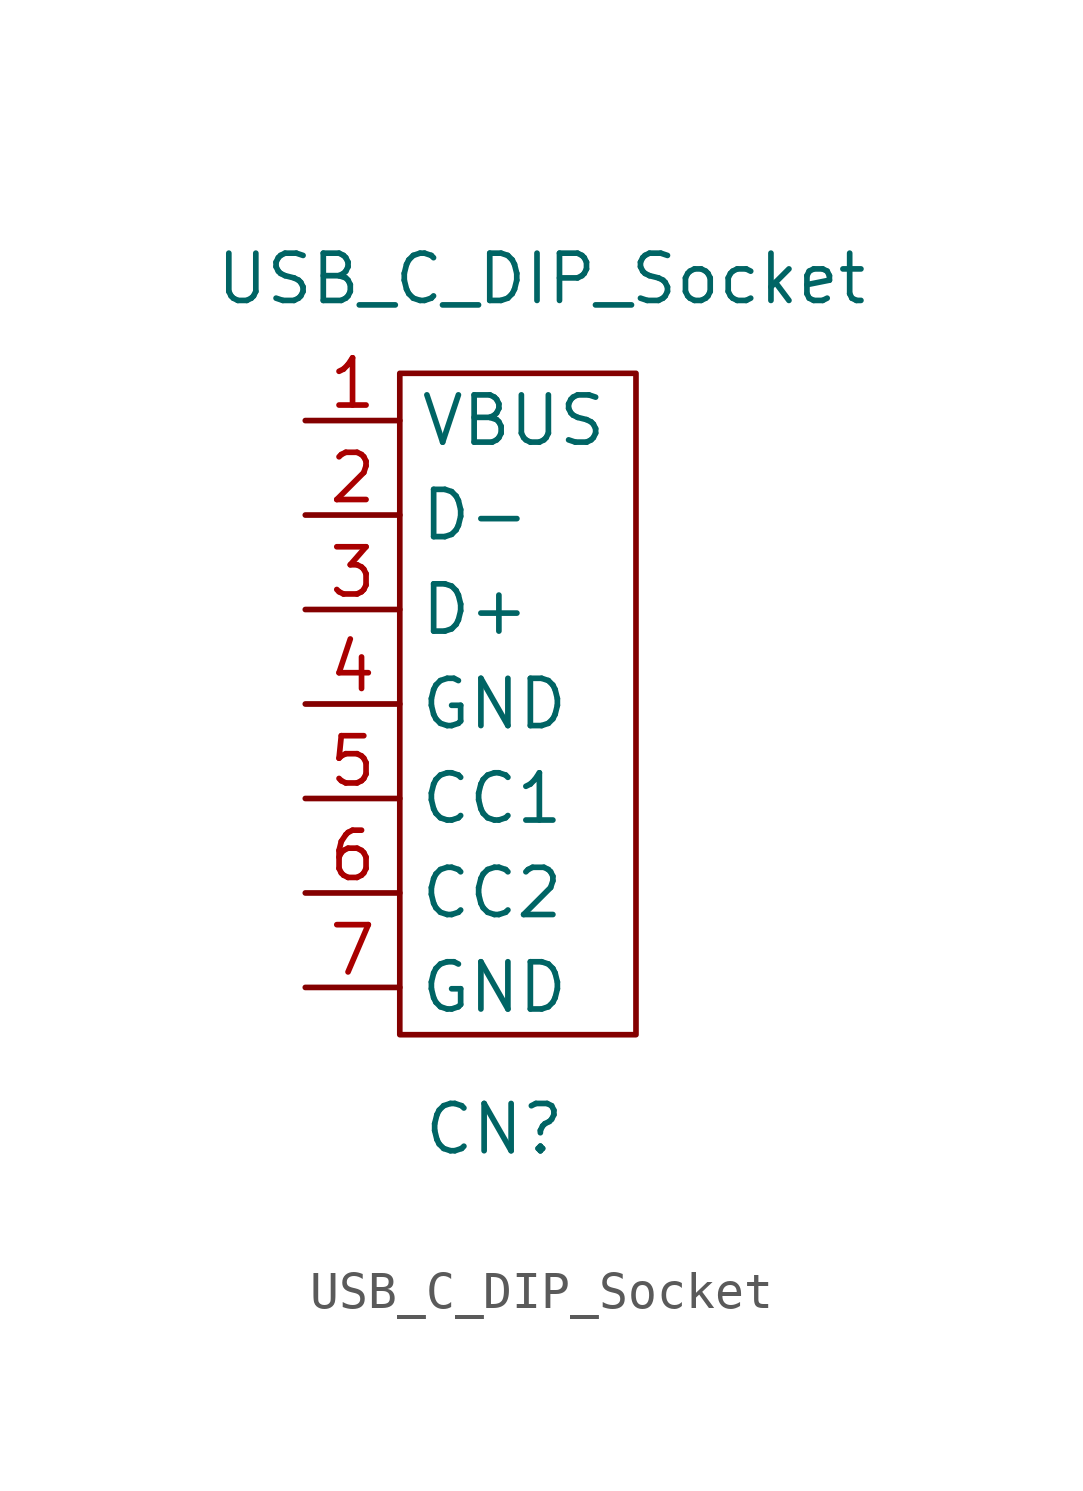
<source format=kicad_sym>
(kicad_symbol_lib
  (version 20211014)
  (generator kicad_symbol_editor)
  (symbol "USB_C_DIP_Socket"
    (property "Reference" "CN"
      (at 0 -11.43 0)
      (effects (font (size 1.27 1.27))))
    (property "Value" "USB_C_DIP_Socket"
      (at 1.27 11.43 0)
      (effects (font (size 1.27 1.27))))
    (symbol "USB_C_DIP_Socket_0_1"
      (rectangle (start -2.54 8.89) (end 3.81 -8.89) (stroke (width 0.152) (type default) (color 0 0 0 0)) (fill (type none))))
    (symbol "USB_C_DIP_Socket_1_1"
      (pin input line (at -5.08 7.62 0) (length 2.54) (name "VBUS" (effects (font (size 1.27 1.27)))) (number "1" (effects (font (size 1.27 1.27)))))
      (pin input line (at -5.08 5.08 0) (length 2.54) (name "D-" (effects (font (size 1.27 1.27)))) (number "2" (effects (font (size 1.27 1.27)))))
      (pin input line (at -5.08 2.54 0) (length 2.54) (name "D+" (effects (font (size 1.27 1.27)))) (number "3" (effects (font (size 1.27 1.27)))))
      (pin input line (at -5.08 0 0) (length 2.54) (name "GND" (effects (font (size 1.27 1.27)))) (number "4" (effects (font (size 1.27 1.27)))))
      (pin input line (at -5.08 -2.54 0) (length 2.54) (name "CC1" (effects (font (size 1.27 1.27)))) (number "5" (effects (font (size 1.27 1.27)))))
      (pin input line (at -5.08 -5.08 0) (length 2.54) (name "CC2" (effects (font (size 1.27 1.27)))) (number "6" (effects (font (size 1.27 1.27)))))
      (pin input line (at -5.08 -7.62 0) (length 2.54) (name "GND" (effects (font (size 1.27 1.27)))) (number "7" (effects (font (size 1.27 1.27))))))))
</source>
